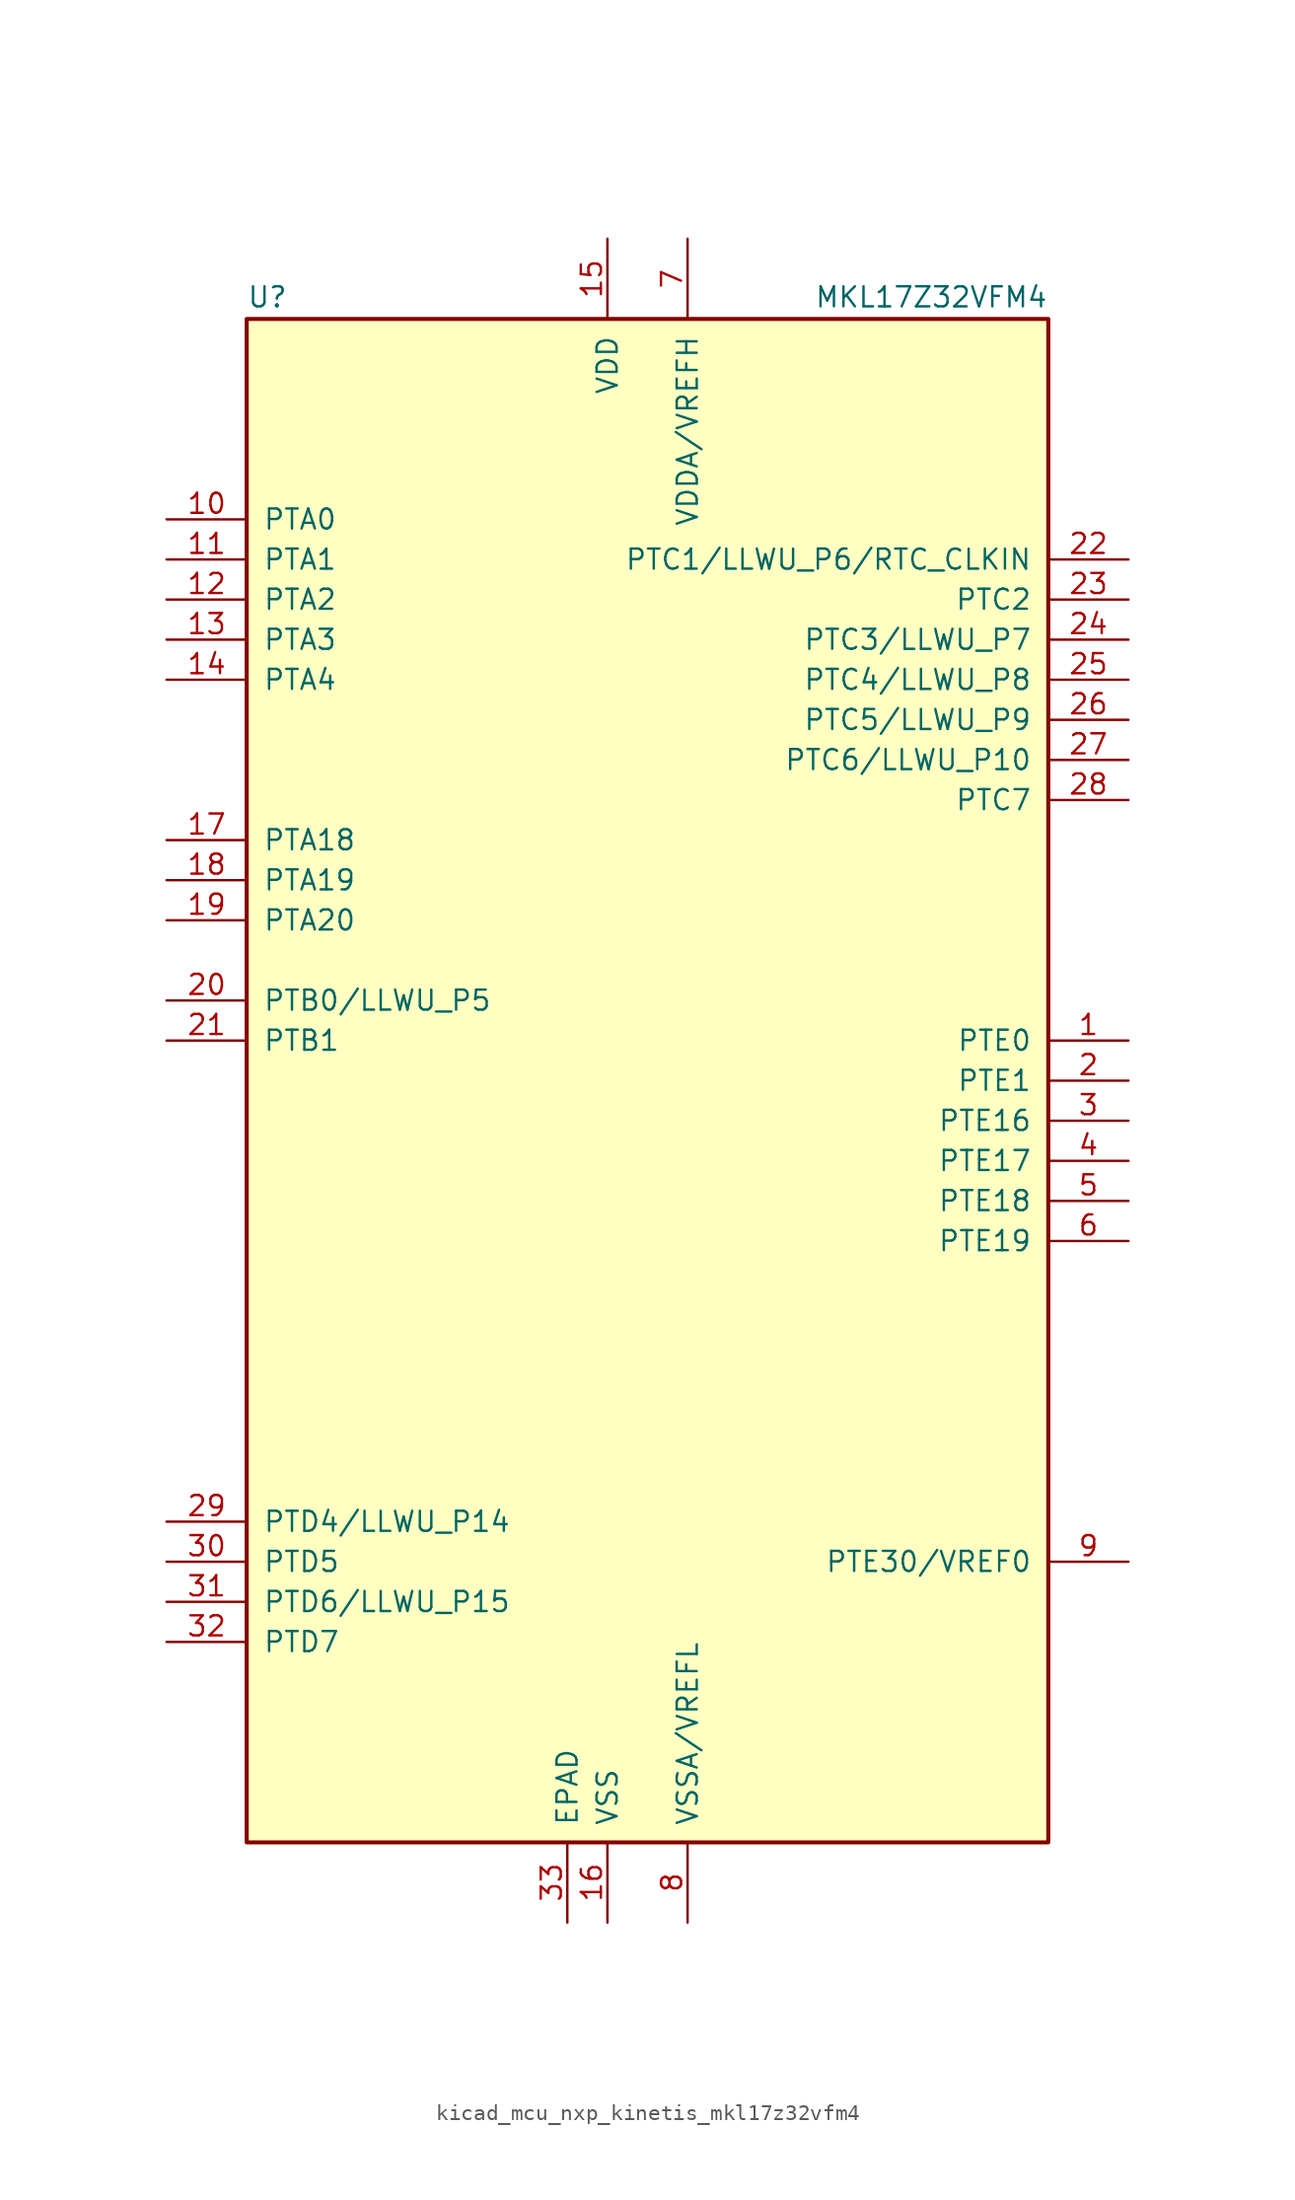
<source format=kicad_sym>
(kicad_symbol_lib
  (version 20220914)
  (generator kicad_symbol_editor)
  (symbol "kicad_mcu_nxp_kinetis_mkl17z32vfm4"
    (pin_names
      (offset 1.016))
    (property "Reference" "U"
      (at -25.4 48.895 0)
      (effects (font (size 1.27 1.27)) (justify left bottom)))
    (property "Value" "MKL17Z32VFM4"
      (at 25.4 48.895 0)
      (effects (font (size 1.27 1.27)) (justify right bottom)))
    (symbol "kicad_mcu_nxp_kinetis_mkl17z32vfm4_0_1"
      (rectangle (start -25.4 48.26) (end 25.4 -48.26) (stroke (width 0.254) (type default)) (fill (type background))))
    (symbol "kicad_mcu_nxp_kinetis_mkl17z32vfm4_1_1"
      (pin bidirectional line (at 30.48 2.54 180) (length 5.08) (name "PTE0" (effects (font (size 1.27 1.27)))) (number "1" (effects (font (size 1.27 1.27)))))
      (pin bidirectional line (at -30.48 35.56 0) (length 5.08) (name "PTA0" (effects (font (size 1.27 1.27)))) (number "10" (effects (font (size 1.27 1.27)))))
      (pin bidirectional line (at -30.48 33.02 0) (length 5.08) (name "PTA1" (effects (font (size 1.27 1.27)))) (number "11" (effects (font (size 1.27 1.27)))))
      (pin bidirectional line (at -30.48 30.48 0) (length 5.08) (name "PTA2" (effects (font (size 1.27 1.27)))) (number "12" (effects (font (size 1.27 1.27)))))
      (pin bidirectional line (at -30.48 27.94 0) (length 5.08) (name "PTA3" (effects (font (size 1.27 1.27)))) (number "13" (effects (font (size 1.27 1.27)))))
      (pin bidirectional line (at -30.48 25.4 0) (length 5.08) (name "PTA4" (effects (font (size 1.27 1.27)))) (number "14" (effects (font (size 1.27 1.27)))))
      (pin power_in line (at -2.54 53.34 270) (length 5.08) (name "VDD" (effects (font (size 1.27 1.27)))) (number "15" (effects (font (size 1.27 1.27)))))
      (pin power_in line (at -2.54 -53.34 90) (length 5.08) (name "VSS" (effects (font (size 1.27 1.27)))) (number "16" (effects (font (size 1.27 1.27)))))
      (pin bidirectional line (at -30.48 15.24 0) (length 5.08) (name "PTA18" (effects (font (size 1.27 1.27)))) (number "17" (effects (font (size 1.27 1.27)))))
      (pin bidirectional line (at -30.48 12.7 0) (length 5.08) (name "PTA19" (effects (font (size 1.27 1.27)))) (number "18" (effects (font (size 1.27 1.27)))))
      (pin bidirectional line (at -30.48 10.16 0) (length 5.08) (name "PTA20" (effects (font (size 1.27 1.27)))) (number "19" (effects (font (size 1.27 1.27)))))
      (pin bidirectional line (at 30.48 0 180) (length 5.08) (name "PTE1" (effects (font (size 1.27 1.27)))) (number "2" (effects (font (size 1.27 1.27)))))
      (pin bidirectional line (at -30.48 5.08 0) (length 5.08) (name "PTB0/LLWU_P5" (effects (font (size 1.27 1.27)))) (number "20" (effects (font (size 1.27 1.27)))))
      (pin bidirectional line (at -30.48 2.54 0) (length 5.08) (name "PTB1" (effects (font (size 1.27 1.27)))) (number "21" (effects (font (size 1.27 1.27)))))
      (pin bidirectional line (at 30.48 33.02 180) (length 5.08) (name "PTC1/LLWU_P6/RTC_CLKIN" (effects (font (size 1.27 1.27)))) (number "22" (effects (font (size 1.27 1.27)))))
      (pin bidirectional line (at 30.48 30.48 180) (length 5.08) (name "PTC2" (effects (font (size 1.27 1.27)))) (number "23" (effects (font (size 1.27 1.27)))))
      (pin bidirectional line (at 30.48 27.94 180) (length 5.08) (name "PTC3/LLWU_P7" (effects (font (size 1.27 1.27)))) (number "24" (effects (font (size 1.27 1.27)))))
      (pin bidirectional line (at 30.48 25.4 180) (length 5.08) (name "PTC4/LLWU_P8" (effects (font (size 1.27 1.27)))) (number "25" (effects (font (size 1.27 1.27)))))
      (pin bidirectional line (at 30.48 22.86 180) (length 5.08) (name "PTC5/LLWU_P9" (effects (font (size 1.27 1.27)))) (number "26" (effects (font (size 1.27 1.27)))))
      (pin bidirectional line (at 30.48 20.32 180) (length 5.08) (name "PTC6/LLWU_P10" (effects (font (size 1.27 1.27)))) (number "27" (effects (font (size 1.27 1.27)))))
      (pin bidirectional line (at 30.48 17.78 180) (length 5.08) (name "PTC7" (effects (font (size 1.27 1.27)))) (number "28" (effects (font (size 1.27 1.27)))))
      (pin bidirectional line (at -30.48 -27.94 0) (length 5.08) (name "PTD4/LLWU_P14" (effects (font (size 1.27 1.27)))) (number "29" (effects (font (size 1.27 1.27)))))
      (pin bidirectional line (at 30.48 -2.54 180) (length 5.08) (name "PTE16" (effects (font (size 1.27 1.27)))) (number "3" (effects (font (size 1.27 1.27)))))
      (pin bidirectional line (at -30.48 -30.48 0) (length 5.08) (name "PTD5" (effects (font (size 1.27 1.27)))) (number "30" (effects (font (size 1.27 1.27)))))
      (pin bidirectional line (at -30.48 -33.02 0) (length 5.08) (name "PTD6/LLWU_P15" (effects (font (size 1.27 1.27)))) (number "31" (effects (font (size 1.27 1.27)))))
      (pin bidirectional line (at -30.48 -35.56 0) (length 5.08) (name "PTD7" (effects (font (size 1.27 1.27)))) (number "32" (effects (font (size 1.27 1.27)))))
      (pin power_in line (at -5.08 -53.34 90) (length 5.08) (name "EPAD" (effects (font (size 1.27 1.27)))) (number "33" (effects (font (size 1.27 1.27)))))
      (pin bidirectional line (at 30.48 -5.08 180) (length 5.08) (name "PTE17" (effects (font (size 1.27 1.27)))) (number "4" (effects (font (size 1.27 1.27)))))
      (pin bidirectional line (at 30.48 -7.62 180) (length 5.08) (name "PTE18" (effects (font (size 1.27 1.27)))) (number "5" (effects (font (size 1.27 1.27)))))
      (pin bidirectional line (at 30.48 -10.16 180) (length 5.08) (name "PTE19" (effects (font (size 1.27 1.27)))) (number "6" (effects (font (size 1.27 1.27)))))
      (pin power_in line (at 2.54 53.34 270) (length 5.08) (name "VDDA/VREFH" (effects (font (size 1.27 1.27)))) (number "7" (effects (font (size 1.27 1.27)))))
      (pin power_in line (at 2.54 -53.34 90) (length 5.08) (name "VSSA/VREFL" (effects (font (size 1.27 1.27)))) (number "8" (effects (font (size 1.27 1.27)))))
      (pin bidirectional line (at 30.48 -30.48 180) (length 5.08) (name "PTE30/VREF0" (effects (font (size 1.27 1.27)))) (number "9" (effects (font (size 1.27 1.27))))))))
</source>
